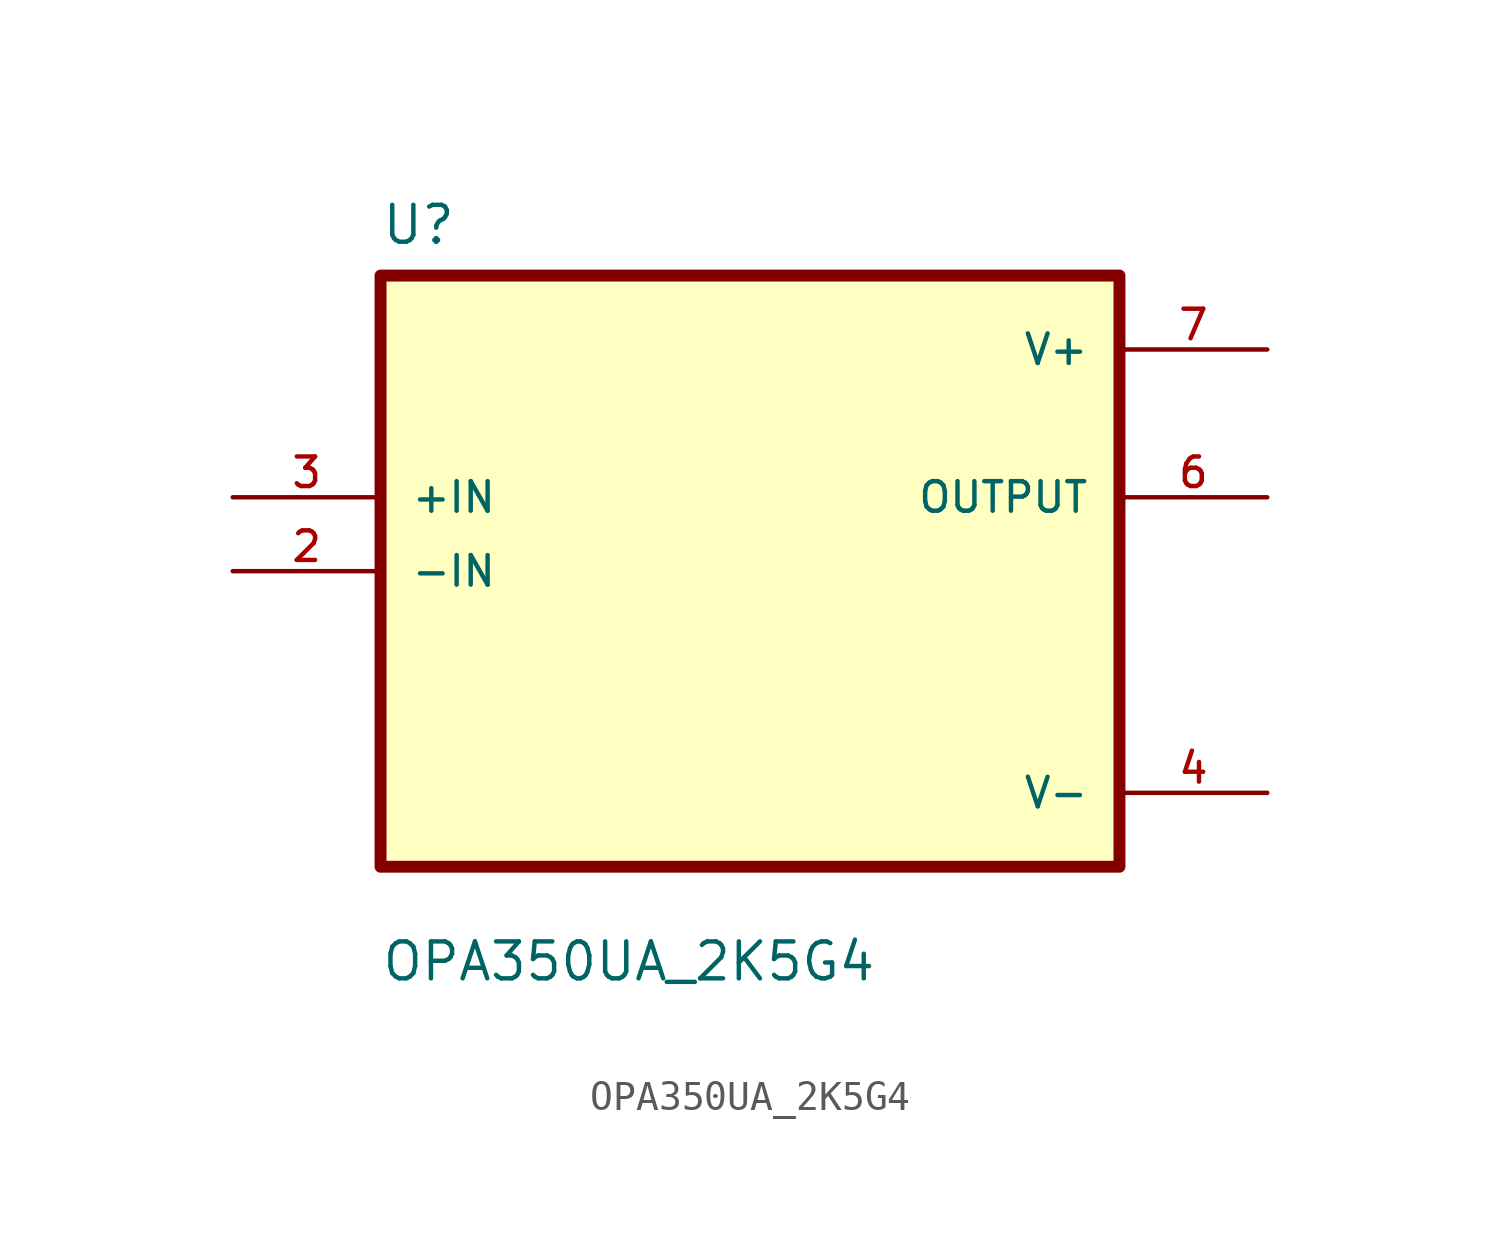
<source format=kicad_sym>
(kicad_symbol_lib
  (version 20241209)
  (generator "kicad_symbol_editor")
  (generator_version "9.0")
  (symbol "OPA350UA_2K5G4"
    (pin_names
      (offset 1.016))
    (property "Reference" "U"
      (at -12.7 11.16 0)
      (effects (font (size 1.27 1.27)) (justify left bottom)))
    (property "Value" "OPA350UA_2K5G4"
      (at -12.7 -14.16 0)
      (effects (font (size 1.27 1.27)) (justify left bottom)))
    (symbol "OPA350UA_2K5G4_0_0"
      (rectangle (start -12.7 -10.16) (end 12.7 10.16) (stroke (width 0.41) (type default)) (fill (type background)))
      (pin input line (at -17.78 2.54 0) (length 5.08) (name "+IN" (effects (font (size 1.016 1.016)))) (number "3" (effects (font (size 1.016 1.016)))))
      (pin input line (at -17.78 0 0) (length 5.08) (name "-IN" (effects (font (size 1.016 1.016)))) (number "2" (effects (font (size 1.016 1.016)))))
      (pin power_in line (at 17.78 7.62 180) (length 5.08) (name "V+" (effects (font (size 1.016 1.016)))) (number "7" (effects (font (size 1.016 1.016)))))
      (pin output line (at 17.78 2.54 180) (length 5.08) (name "OUTPUT" (effects (font (size 1.016 1.016)))) (number "6" (effects (font (size 1.016 1.016)))))
      (pin power_in line (at 17.78 -7.62 180) (length 5.08) (name "V-" (effects (font (size 1.016 1.016)))) (number "4" (effects (font (size 1.016 1.016))))))))
</source>
